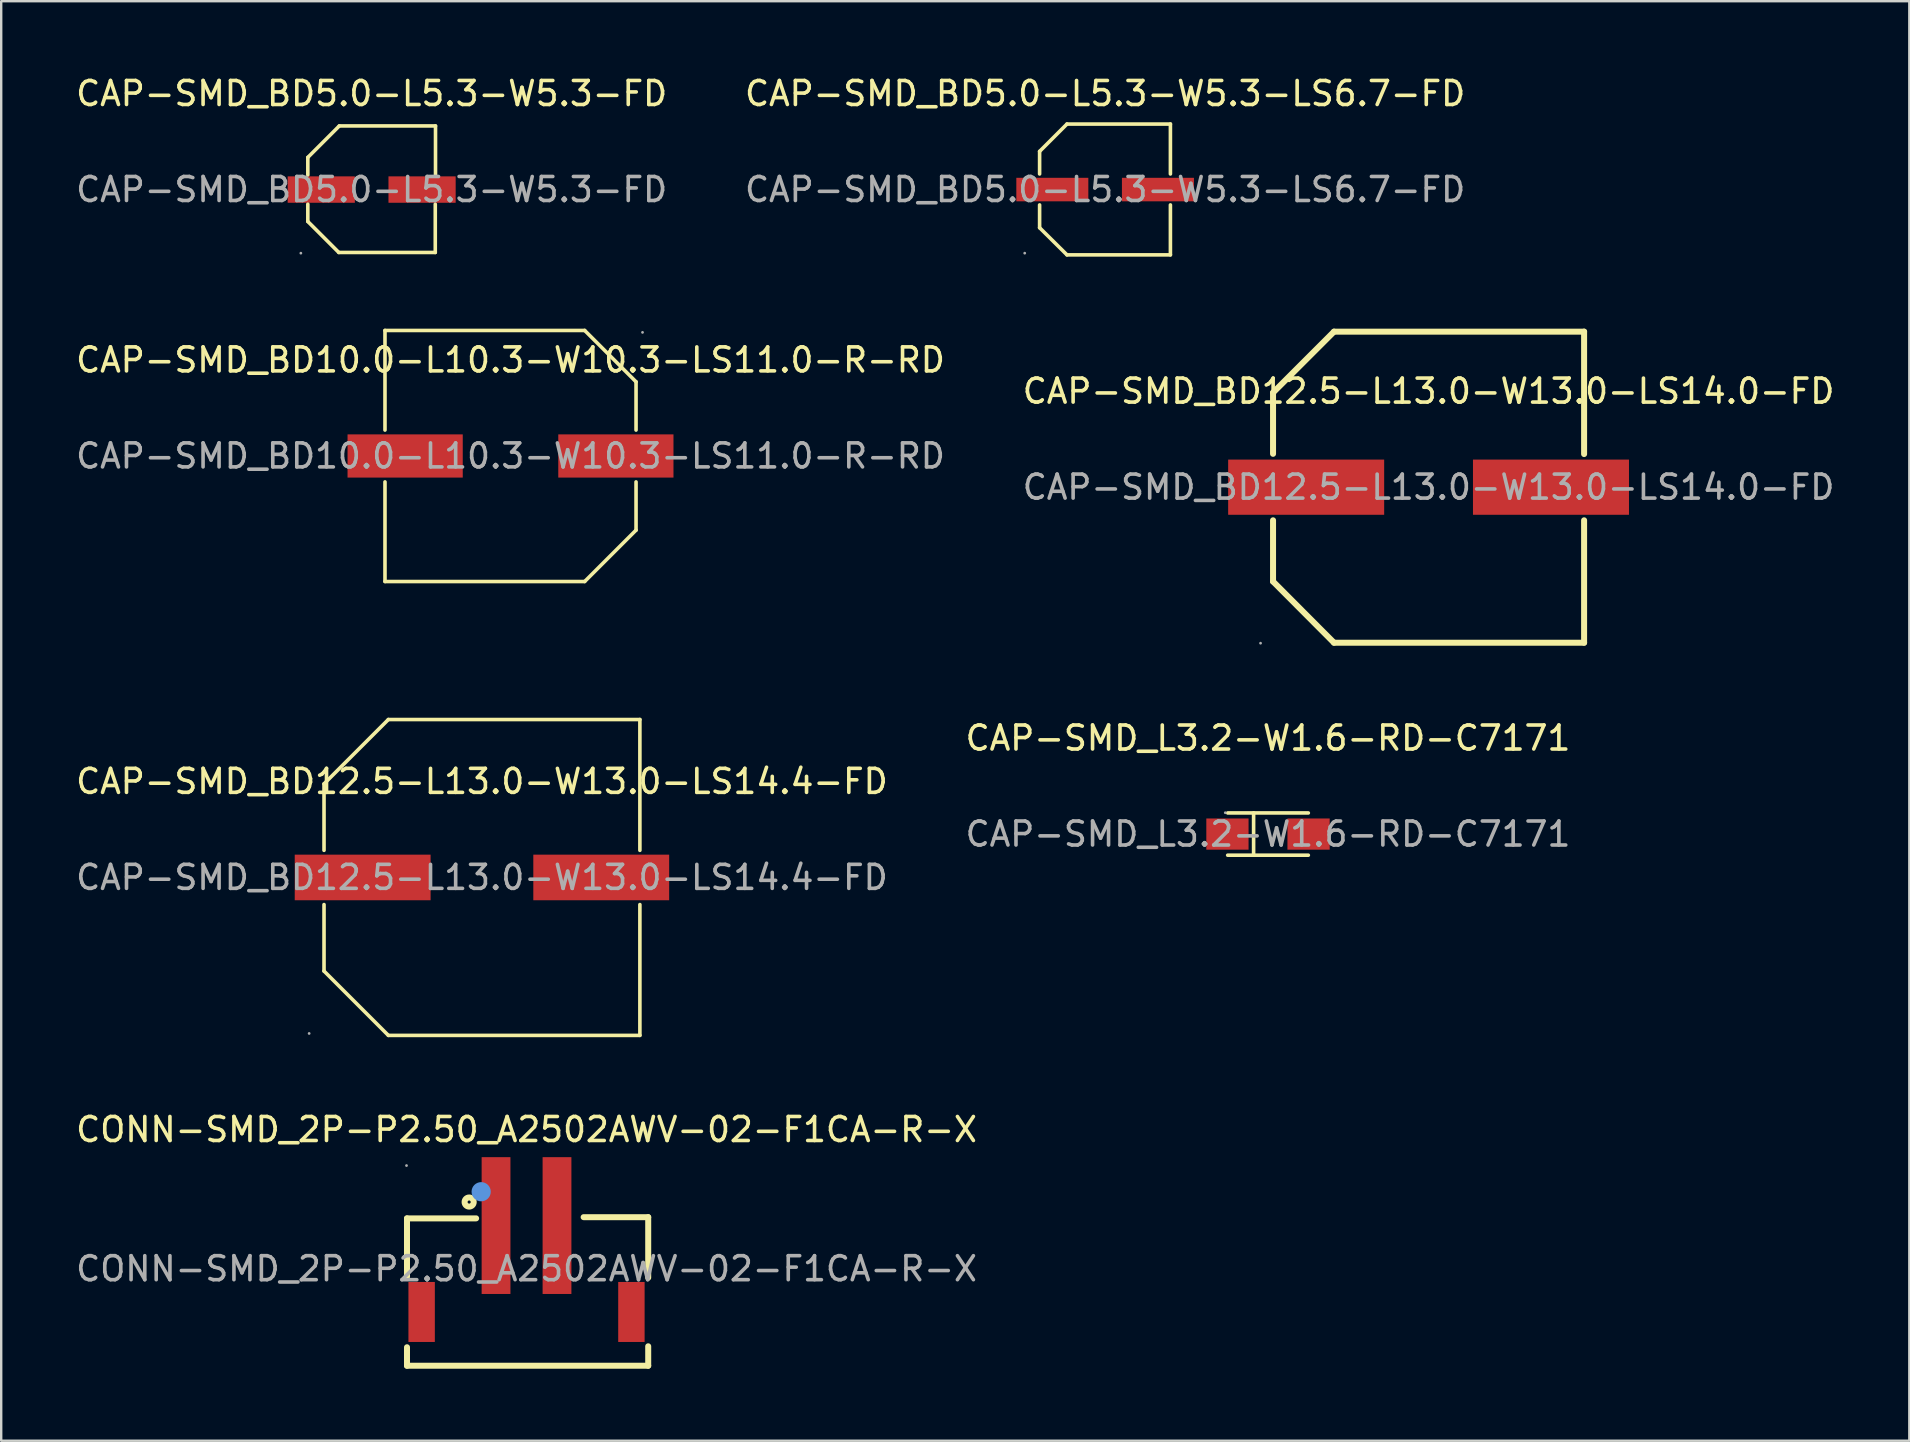
<source format=kicad_pcb>
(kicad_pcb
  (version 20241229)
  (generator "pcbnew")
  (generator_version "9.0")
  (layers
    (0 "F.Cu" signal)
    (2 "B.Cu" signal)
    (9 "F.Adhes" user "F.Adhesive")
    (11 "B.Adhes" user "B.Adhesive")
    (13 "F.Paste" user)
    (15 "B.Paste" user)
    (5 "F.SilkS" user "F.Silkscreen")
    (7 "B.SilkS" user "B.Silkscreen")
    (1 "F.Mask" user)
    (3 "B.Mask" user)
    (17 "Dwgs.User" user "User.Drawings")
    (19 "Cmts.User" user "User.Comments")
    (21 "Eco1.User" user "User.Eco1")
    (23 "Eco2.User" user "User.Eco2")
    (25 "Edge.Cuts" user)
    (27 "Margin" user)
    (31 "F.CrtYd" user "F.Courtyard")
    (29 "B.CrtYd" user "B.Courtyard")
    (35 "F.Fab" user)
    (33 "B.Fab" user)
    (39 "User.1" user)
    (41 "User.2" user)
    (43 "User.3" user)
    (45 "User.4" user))
  (footprint "CAP-SMD_BD5.0-L5.3-W5.3-FD"
    (layer "F.Cu")
    (at 12.435 4.848)
    (property "Reference" "CAP-SMD_BD5.0-L5.3-W5.3-FD" (at 0 -4 0) (layer "F.SilkS") (effects (font (size 1 1) (thickness 0.15))))
    (attr smd)
    (fp_line (start -2.66 -1.34) (end -2.66 -0.61) (stroke (width 0.15) (type solid)) (layer "F.SilkS"))
    (fp_line (start -2.66 1.33) (end -2.66 0.61) (stroke (width 0.15) (type solid)) (layer "F.SilkS"))
    (fp_line (start -1.37 2.62) (end -2.66 1.33) (stroke (width 0.15) (type solid)) (layer "F.SilkS"))
    (fp_line (start -1.35 -2.65) (end -2.66 -1.34) (stroke (width 0.15) (type solid)) (layer "F.SilkS"))
    (fp_line (start 2.65 0.61) (end 2.65 2.62) (stroke (width 0.15) (type solid)) (layer "F.SilkS"))
    (fp_line (start 2.65 2.62) (end -1.37 2.62) (stroke (width 0.15) (type solid)) (layer "F.SilkS"))
    (fp_line (start 2.66 -2.65) (end -1.35 -2.65) (stroke (width 0.15) (type solid)) (layer "F.SilkS"))
    (fp_line (start 2.66 -0.61) (end 2.66 -2.65) (stroke (width 0.15) (type solid)) (layer "F.SilkS"))
    (fp_circle (center -2.95 2.65) (end -2.92 2.65) (stroke (width 0.06) (type solid)) (fill no) (layer "F.Fab"))
    (fp_text user "${REFERENCE}" (at 0 0 0) (layer "F.Fab") (effects (font (size 1 1) (thickness 0.15))))
    (pad "1" smd rect (at -2.1 0) (size 2.8 1.1) (layers "F.Cu" "F.Mask" "F.Paste"))
    (pad "2" smd rect (at 2.1 0) (size 2.8 1.1) (layers "F.Cu" "F.Mask" "F.Paste")))
  (footprint "CAP-SMD_BD12.5-L13.0-W13.0-LS14.0-FD"
    (layer "F.Cu")
    (at 56.47 17.248)
    (property "Reference" "CAP-SMD_BD12.5-L13.0-W13.0-LS14.0-FD" (at 0 -4 0) (layer "F.SilkS") (effects (font (size 1 1) (thickness 0.15))))
    (attr smd)
    (fp_line (start -6.48 -3.94) (end -6.48 -1.39) (stroke (width 0.25) (type solid)) (layer "F.SilkS"))
    (fp_line (start -6.48 1.38) (end -6.48 3.93) (stroke (width 0.25) (type solid)) (layer "F.SilkS"))
    (fp_line (start -6.48 3.93) (end -3.94 6.48) (stroke (width 0.25) (type solid)) (layer "F.SilkS"))
    (fp_line (start -3.94 -6.48) (end -6.48 -3.94) (stroke (width 0.25) (type solid)) (layer "F.SilkS"))
    (fp_line (start -3.94 6.48) (end 6.48 6.48) (stroke (width 0.25) (type solid)) (layer "F.SilkS"))
    (fp_line (start 6.48 -6.48) (end -3.94 -6.48) (stroke (width 0.25) (type solid)) (layer "F.SilkS"))
    (fp_line (start 6.48 -1.38) (end 6.48 -6.48) (stroke (width 0.25) (type solid)) (layer "F.SilkS"))
    (fp_line (start 6.48 6.48) (end 6.48 1.38) (stroke (width 0.25) (type solid)) (layer "F.SilkS"))
    (fp_circle (center -7 6.5) (end -6.97 6.5) (stroke (width 0.06) (type solid)) (fill no) (layer "F.Fab"))
    (fp_text user "${REFERENCE}" (at 0 0 0) (layer "F.Fab") (effects (font (size 1 1) (thickness 0.15))))
    (pad "1" smd rect (at -5.1 0) (size 6.5 2.3) (layers "F.Cu" "F.Mask" "F.Paste"))
    (pad "2" smd rect (at 5.1 0) (size 6.5 2.3) (layers "F.Cu" "F.Mask" "F.Paste")))
  (footprint "CAP-SMD_BD5.0-L5.3-W5.3-LS6.7-FD"
    (layer "F.Cu")
    (at 42.994 4.848)
    (property "Reference" "CAP-SMD_BD5.0-L5.3-W5.3-LS6.7-FD" (at 0 -4 0) (layer "F.SilkS") (effects (font (size 1 1) (thickness 0.15))))
    (attr through_hole)
    (fp_line (start -2.73 -1.59) (end -1.59 -2.73) (stroke (width 0.15) (type solid)) (layer "F.SilkS"))
    (fp_line (start -2.73 -0.65) (end -2.73 -1.59) (stroke (width 0.15) (type solid)) (layer "F.SilkS"))
    (fp_line (start -2.73 0.64) (end -2.73 1.59) (stroke (width 0.15) (type solid)) (layer "F.SilkS"))
    (fp_line (start -2.73 1.59) (end -1.59 2.72) (stroke (width 0.15) (type solid)) (layer "F.SilkS"))
    (fp_line (start -1.59 -2.73) (end 2.72 -2.73) (stroke (width 0.15) (type solid)) (layer "F.SilkS"))
    (fp_line (start -1.59 2.72) (end 2.72 2.72) (stroke (width 0.15) (type solid)) (layer "F.SilkS"))
    (fp_line (start 2.72 -2.73) (end 2.72 -0.65) (stroke (width 0.15) (type solid)) (layer "F.SilkS"))
    (fp_line (start 2.72 2.72) (end 2.72 0.64) (stroke (width 0.15) (type solid)) (layer "F.SilkS"))
    (fp_circle (center -3.35 2.65) (end -3.32 2.65) (stroke (width 0.06) (type solid)) (fill no) (layer "F.Fab"))
    (fp_text user "${REFERENCE}" (at 0 0 0) (layer "F.Fab") (effects (font (size 1 1) (thickness 0.15))))
    (pad "1" smd rect (at -2.2 0) (size 3 0.98) (layers "F.Cu" "F.Mask" "F.Paste"))
    (pad "2" smd rect (at 2.2 0) (size 3 0.98) (layers "F.Cu" "F.Mask" "F.Paste")))
  (footprint "CAP-SMD_L3.2-W1.6-RD-C7171"
    (layer "F.Cu")
    (at 49.78 31.701)
    (property "Reference" "CAP-SMD_L3.2-W1.6-RD-C7171" (at 0 -4 0) (layer "F.SilkS") (effects (font (size 1 1) (thickness 0.15))))
    (attr smd)
    (fp_line (start -0.6 0.88) (end -0.6 -0.88) (stroke (width 0.15) (type solid)) (layer "F.SilkS"))
    (fp_line (start 1.68 -0.88) (end -1.68 -0.88) (stroke (width 0.15) (type solid)) (layer "F.SilkS"))
    (fp_line (start 1.68 0.88) (end -1.68 0.88) (stroke (width 0.15) (type solid)) (layer "F.SilkS"))
    (fp_circle (center -1.78 -0.89) (end -1.75 -0.89) (stroke (width 0.06) (type solid)) (fill no) (layer "F.Fab"))
    (fp_text user "${REFERENCE}" (at 0 0 0) (layer "F.Fab") (effects (font (size 1 1) (thickness 0.15))))
    (pad "1" smd rect (at -1.69 0 180) (size 1.76 1.3) (layers "F.Cu" "F.Mask" "F.Paste"))
    (pad "2" smd rect (at 1.69 0 180) (size 1.76 1.3) (layers "F.Cu" "F.Mask" "F.Paste")))
  (footprint "CONN-SMD_2P-P2.50_A2502AWV-02-F1CA-R-X"
    (layer "F.Cu")
    (at 18.887 49.812)
    (property "Reference" "CONN-SMD_2P-P2.50_A2502AWV-02-F1CA-R-X" (at 0 -5.8 0) (layer "F.SilkS") (effects (font (size 1 1) (thickness 0.15))))
    (attr through_hole)
    (fp_line (start -4.98 -2.1) (end -2.1 -2.1) (stroke (width 0.25) (type solid)) (layer "F.SilkS"))
    (fp_line (start -4.98 0.33) (end -4.98 -2.1) (stroke (width 0.25) (type solid)) (layer "F.SilkS"))
    (fp_line (start -4.98 4.04) (end -4.98 3.27) (stroke (width 0.25) (type solid)) (layer "F.SilkS"))
    (fp_line (start 2.38 -2.15) (end 5.07 -2.15) (stroke (width 0.25) (type solid)) (layer "F.SilkS"))
    (fp_line (start 5.07 -2.15) (end 5.07 0.37) (stroke (width 0.25) (type solid)) (layer "F.SilkS"))
    (fp_line (start 5.07 3.23) (end 5.07 4.04) (stroke (width 0.25) (type solid)) (layer "F.SilkS"))
    (fp_line (start 5.07 4.04) (end -4.98 4.04) (stroke (width 0.25) (type solid)) (layer "F.SilkS"))
    (fp_circle (center -2.39 -2.78) (end -2.2 -2.78) (stroke (width 0.25) (type solid)) (fill no) (layer "F.SilkS"))
    (fp_circle (center -1.89 -3.21) (end -1.69 -3.21) (stroke (width 0.4) (type solid)) (fill no) (layer "Cmts.User"))
    (fp_circle (center -5 -4.3) (end -4.97 -4.3) (stroke (width 0.06) (type solid)) (fill no) (layer "F.Fab"))
    (fp_text user "${REFERENCE}" (at 0 0 0) (layer "F.Fab") (effects (font (size 1 1) (thickness 0.15))))
    (pad "1" smd rect (at -1.27 -1.8) (size 1.2 5.7) (layers "F.Cu" "F.Mask" "F.Paste"))
    (pad "2" smd rect (at 1.27 -1.8) (size 1.2 5.7) (layers "F.Cu" "F.Mask" "F.Paste"))
    (pad "3" smd rect (at 4.37 1.8) (size 1.1 2.5) (layers "F.Cu" "F.Mask" "F.Paste"))
    (pad "4" smd rect (at -4.37 1.8 180) (size 1.1 2.5) (layers "F.Cu" "F.Mask" "F.Paste")))
  (footprint "CAP-SMD_BD10.0-L10.3-W10.3-LS11.0-R-RD"
    (layer "F.Cu")
    (at 18.22 15.948)
    (property "Reference" "CAP-SMD_BD10.0-L10.3-W10.3-LS11.0-R-RD" (at 0 -4 0) (layer "F.SilkS") (effects (font (size 1 1) (thickness 0.15))))
    (attr smd)
    (fp_line (start -5.23 -5.23) (end -5.23 -1.08) (stroke (width 0.15) (type solid)) (layer "F.SilkS"))
    (fp_line (start -5.23 -5.23) (end 3.09 -5.23) (stroke (width 0.15) (type solid)) (layer "F.SilkS"))
    (fp_line (start -5.23 1.08) (end -5.23 5.23) (stroke (width 0.15) (type solid)) (layer "F.SilkS"))
    (fp_line (start -5.23 5.23) (end 3.09 5.23) (stroke (width 0.15) (type solid)) (layer "F.SilkS"))
    (fp_line (start 3.09 -5.23) (end 5.23 -3.09) (stroke (width 0.15) (type solid)) (layer "F.SilkS"))
    (fp_line (start 3.09 5.23) (end 5.23 3.09) (stroke (width 0.15) (type solid)) (layer "F.SilkS"))
    (fp_line (start 5.23 -1.08) (end 5.23 -3.09) (stroke (width 0.15) (type solid)) (layer "F.SilkS"))
    (fp_line (start 5.23 3.09) (end 5.23 1.08) (stroke (width 0.15) (type solid)) (layer "F.SilkS"))
    (fp_circle (center 5.5 -5.15) (end 5.53 -5.15) (stroke (width 0.06) (type solid)) (fill no) (layer "F.Fab"))
    (fp_text user "${REFERENCE}" (at 0 0 0) (layer "F.Fab") (effects (font (size 1 1) (thickness 0.15))))
    (pad "1" smd rect (at 4.39 0 180) (size 4.8 1.8) (layers "F.Cu" "F.Mask" "F.Paste"))
    (pad "2" smd rect (at -4.39 0 180) (size 4.8 1.8) (layers "F.Cu" "F.Mask" "F.Paste")))
  (footprint "CAP-SMD_BD12.5-L13.0-W13.0-LS14.4-FD"
    (layer "F.Cu")
    (at 17.03 33.508)
    (property "Reference" "CAP-SMD_BD12.5-L13.0-W13.0-LS14.4-FD" (at 0 -4 0) (layer "F.SilkS") (effects (font (size 1 1) (thickness 0.15))))
    (attr smd)
    (fp_line (start -6.58 -3.9) (end -3.9 -6.58) (stroke (width 0.15) (type solid)) (layer "F.SilkS"))
    (fp_line (start -6.58 -1.13) (end -6.58 -3.9) (stroke (width 0.15) (type solid)) (layer "F.SilkS"))
    (fp_line (start -6.58 3.9) (end -6.58 1.13) (stroke (width 0.15) (type solid)) (layer "F.SilkS"))
    (fp_line (start -6.58 3.9) (end -3.9 6.58) (stroke (width 0.15) (type solid)) (layer "F.SilkS"))
    (fp_line (start -3.9 -6.58) (end 6.58 -6.58) (stroke (width 0.15) (type solid)) (layer "F.SilkS"))
    (fp_line (start -3.9 6.58) (end 6.58 6.58) (stroke (width 0.15) (type solid)) (layer "F.SilkS"))
    (fp_line (start 6.58 -6.58) (end 6.58 -1.13) (stroke (width 0.15) (type solid)) (layer "F.SilkS"))
    (fp_line (start 6.58 1.13) (end 6.58 6.58) (stroke (width 0.15) (type solid)) (layer "F.SilkS"))
    (fp_circle (center -7.2 6.5) (end -7.17 6.5) (stroke (width 0.06) (type solid)) (fill no) (layer "F.Fab"))
    (fp_text user "${REFERENCE}" (at 0 0 0) (layer "F.Fab") (effects (font (size 1 1) (thickness 0.15))))
    (pad "1" smd rect (at -4.97 0) (size 5.66 1.9) (layers "F.Cu" "F.Mask" "F.Paste"))
    (pad "2" smd rect (at 4.97 0) (size 5.66 1.9) (layers "F.Cu" "F.Mask" "F.Paste")))
  (gr_rect
    (start -3 -3)
    (end 76.5 56.977)
    (stroke (width 0.1) (type default))
    (fill no)
    (layer "Edge.Cuts")))
</source>
